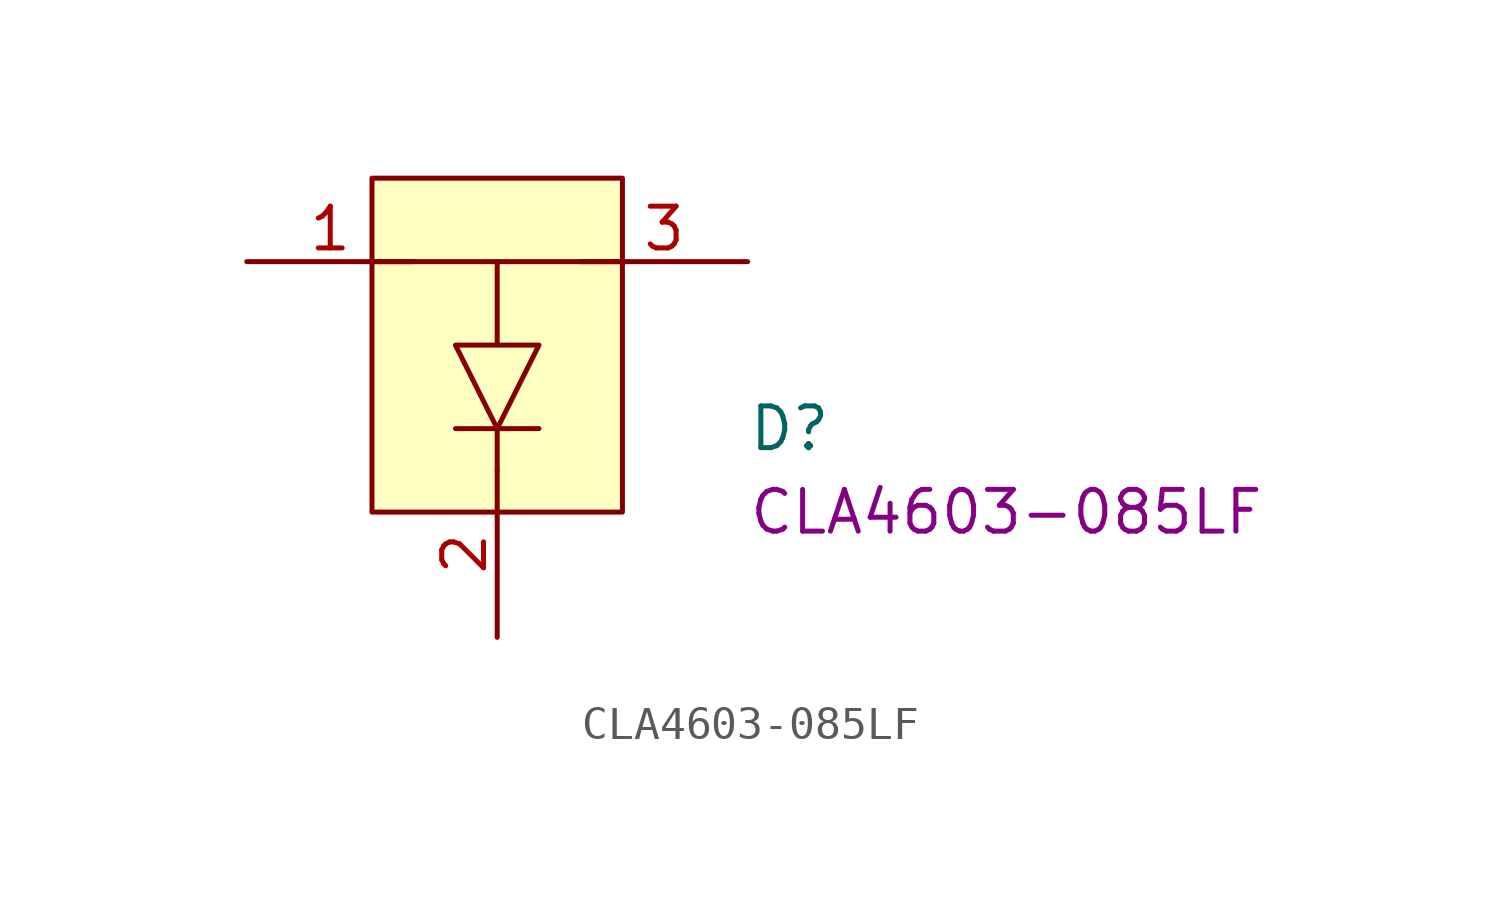
<source format=kicad_sym>
(kicad_symbol_lib
  (version 20211014)
  (generator kicad_symbol_editor)
  (symbol "CLA4603-085LF"
    (pin_names
      (offset 1.016) hide)
    (property "Reference" "D"
      (at 7.62 1.27 0)
      (effects (font (size 1.27 1.27)) (justify left)))
    (property "Displayed Value" "CLA4603-085LF"
      (at 7.62 -1.27 0)
      (effects (font (size 1.27 1.27)) (justify left)))
    (symbol "CLA4603-085LF_0_1"
      (rectangle (start -3.81 8.89) (end 3.81 -1.27) (stroke (width 0) (type default) (color 0 0 0 0)) (fill (type background)))
      (polyline (pts (xy -3.81 6.35) (xy 3.81 6.35)) (stroke (width 0) (type default) (color 0 0 0 0)) (fill (type none)))
      (polyline (pts (xy -1.27 1.27) (xy 1.27 1.27)) (stroke (width 0) (type default) (color 0 0 0 0)) (fill (type none)))
      (polyline (pts (xy 0 0) (xy 0 1.27)) (stroke (width 0) (type default) (color 0 0 0 0)) (fill (type none)))
      (polyline (pts (xy 0 6.35) (xy 0 3.81) (xy -1.27 3.81) (xy 0 1.27) (xy 1.27 3.81) (xy 0 3.81)) (stroke (width 0) (type default) (color 0 0 0 0)) (fill (type none))))
    (symbol "CLA4603-085LF_1_1"
      (pin passive line (at -7.62 6.35 0) (length 5.08) (name "A" (effects (font (size 1.27 1.27)))) (number "1" (effects (font (size 1.27 1.27)))))
      (pin passive line (at 0 -5.08 90) (length 5.08) (name "C" (effects (font (size 1.27 1.27)))) (number "2" (effects (font (size 1.27 1.27)))))
      (pin passive line (at 7.62 6.35 180) (length 5.08) (name "A" (effects (font (size 1.27 1.27)))) (number "3" (effects (font (size 1.27 1.27))))))))
</source>
